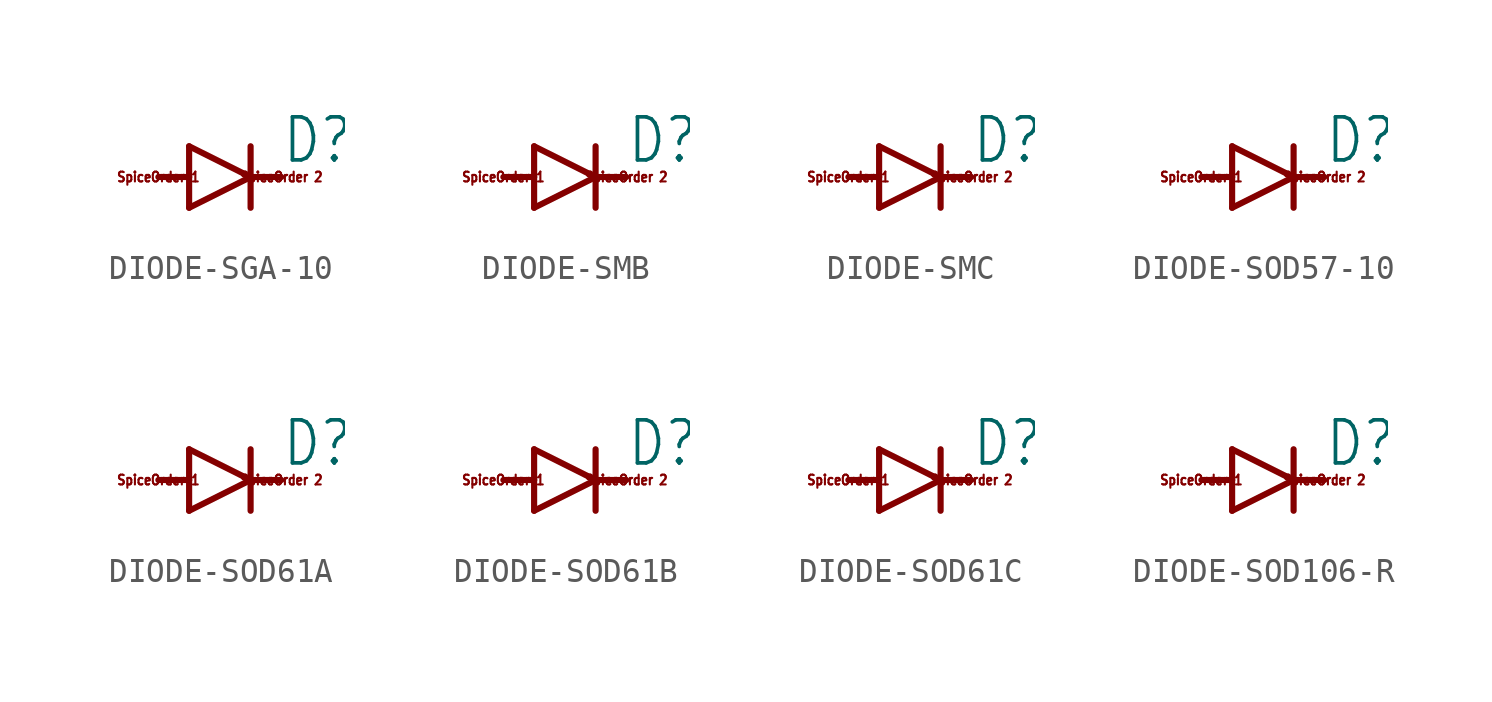
<source format=kicad_sym>
(kicad_symbol_lib
  (version 20220914)
  (generator kicad_symbol_editor)
  (symbol "DIODE-SGA-10"
    (property "Reference" "D"
      (at 2.54 0.483 0)
      (effects (font (size 1.778 1.511)) (justify left bottom)))
    (property "Value" ""
      (at 2.54 -2.311 0)
      (effects (font (size 1.778 1.511)) (justify left bottom)))
    (property "ki_locked" ""
      (at 0 0 0)
      (effects (font (size 1.27 1.27))))
    (symbol "DIODE-SGA-10_1_0"
      (polyline (pts (xy -1.27 -1.27) (xy 1.27 0)) (stroke (width 0.254) (type solid)) (fill (type none)))
      (polyline (pts (xy -1.27 0) (xy -2.54 0)) (stroke (width 0.254) (type solid)) (fill (type none)))
      (polyline (pts (xy -1.27 0) (xy -1.27 -1.27)) (stroke (width 0.254) (type solid)) (fill (type none)))
      (polyline (pts (xy -1.27 1.27) (xy -1.27 0)) (stroke (width 0.254) (type solid)) (fill (type none)))
      (polyline (pts (xy 1.27 0) (xy -1.27 1.27)) (stroke (width 0.254) (type solid)) (fill (type none)))
      (polyline (pts (xy 1.27 0) (xy 1.27 -1.27)) (stroke (width 0.254) (type solid)) (fill (type none)))
      (polyline (pts (xy 1.27 1.27) (xy 1.27 0)) (stroke (width 0.254) (type solid)) (fill (type none)))
      (polyline (pts (xy 2.54 0) (xy 1.27 0)) (stroke (width 0.254) (type solid)) (fill (type none)))
      (text "SpiceOrder 1" (at -2.54 0 0) (effects (font (size 0.406 0.345))))
      (text "SpiceOrder 2" (at 2.54 0 0) (effects (font (size 0.406 0.345))))
      (pin passive line (at -2.54 0 0) (length 0) (name "A" (effects (font (size 0 0)))) (number "A" (effects (font (size 0 0)))))
      (pin passive line (at 2.54 0 180) (length 0) (name "C" (effects (font (size 0 0)))) (number "C" (effects (font (size 0 0)))))))
  (symbol "DIODE-SMB"
    (property "Reference" "D"
      (at 2.54 0.483 0)
      (effects (font (size 1.778 1.511)) (justify left bottom)))
    (property "Value" ""
      (at 2.54 -2.311 0)
      (effects (font (size 1.778 1.511)) (justify left bottom)))
    (property "ki_locked" ""
      (at 0 0 0)
      (effects (font (size 1.27 1.27))))
    (symbol "DIODE-SMB_1_0"
      (polyline (pts (xy -1.27 -1.27) (xy 1.27 0)) (stroke (width 0.254) (type solid)) (fill (type none)))
      (polyline (pts (xy -1.27 0) (xy -2.54 0)) (stroke (width 0.254) (type solid)) (fill (type none)))
      (polyline (pts (xy -1.27 0) (xy -1.27 -1.27)) (stroke (width 0.254) (type solid)) (fill (type none)))
      (polyline (pts (xy -1.27 1.27) (xy -1.27 0)) (stroke (width 0.254) (type solid)) (fill (type none)))
      (polyline (pts (xy 1.27 0) (xy -1.27 1.27)) (stroke (width 0.254) (type solid)) (fill (type none)))
      (polyline (pts (xy 1.27 0) (xy 1.27 -1.27)) (stroke (width 0.254) (type solid)) (fill (type none)))
      (polyline (pts (xy 1.27 1.27) (xy 1.27 0)) (stroke (width 0.254) (type solid)) (fill (type none)))
      (polyline (pts (xy 2.54 0) (xy 1.27 0)) (stroke (width 0.254) (type solid)) (fill (type none)))
      (text "SpiceOrder 1" (at -2.54 0 0) (effects (font (size 0.406 0.345))))
      (text "SpiceOrder 2" (at 2.54 0 0) (effects (font (size 0.406 0.345))))
      (pin passive line (at -2.54 0 0) (length 0) (name "A" (effects (font (size 0 0)))) (number "A" (effects (font (size 0 0)))))
      (pin passive line (at 2.54 0 180) (length 0) (name "C" (effects (font (size 0 0)))) (number "C" (effects (font (size 0 0)))))))
  (symbol "DIODE-SMC"
    (property "Reference" "D"
      (at 2.54 0.483 0)
      (effects (font (size 1.778 1.511)) (justify left bottom)))
    (property "Value" ""
      (at 2.54 -2.311 0)
      (effects (font (size 1.778 1.511)) (justify left bottom)))
    (property "ki_locked" ""
      (at 0 0 0)
      (effects (font (size 1.27 1.27))))
    (symbol "DIODE-SMC_1_0"
      (polyline (pts (xy -1.27 -1.27) (xy 1.27 0)) (stroke (width 0.254) (type solid)) (fill (type none)))
      (polyline (pts (xy -1.27 0) (xy -2.54 0)) (stroke (width 0.254) (type solid)) (fill (type none)))
      (polyline (pts (xy -1.27 0) (xy -1.27 -1.27)) (stroke (width 0.254) (type solid)) (fill (type none)))
      (polyline (pts (xy -1.27 1.27) (xy -1.27 0)) (stroke (width 0.254) (type solid)) (fill (type none)))
      (polyline (pts (xy 1.27 0) (xy -1.27 1.27)) (stroke (width 0.254) (type solid)) (fill (type none)))
      (polyline (pts (xy 1.27 0) (xy 1.27 -1.27)) (stroke (width 0.254) (type solid)) (fill (type none)))
      (polyline (pts (xy 1.27 1.27) (xy 1.27 0)) (stroke (width 0.254) (type solid)) (fill (type none)))
      (polyline (pts (xy 2.54 0) (xy 1.27 0)) (stroke (width 0.254) (type solid)) (fill (type none)))
      (text "SpiceOrder 1" (at -2.54 0 0) (effects (font (size 0.406 0.345))))
      (text "SpiceOrder 2" (at 2.54 0 0) (effects (font (size 0.406 0.345))))
      (pin passive line (at -2.54 0 0) (length 0) (name "A" (effects (font (size 0 0)))) (number "A" (effects (font (size 0 0)))))
      (pin passive line (at 2.54 0 180) (length 0) (name "C" (effects (font (size 0 0)))) (number "C" (effects (font (size 0 0)))))))
  (symbol "DIODE-SOD57-10"
    (property "Reference" "D"
      (at 2.54 0.483 0)
      (effects (font (size 1.778 1.511)) (justify left bottom)))
    (property "Value" ""
      (at 2.54 -2.311 0)
      (effects (font (size 1.778 1.511)) (justify left bottom)))
    (property "ki_locked" ""
      (at 0 0 0)
      (effects (font (size 1.27 1.27))))
    (symbol "DIODE-SOD57-10_1_0"
      (polyline (pts (xy -1.27 -1.27) (xy 1.27 0)) (stroke (width 0.254) (type solid)) (fill (type none)))
      (polyline (pts (xy -1.27 0) (xy -2.54 0)) (stroke (width 0.254) (type solid)) (fill (type none)))
      (polyline (pts (xy -1.27 0) (xy -1.27 -1.27)) (stroke (width 0.254) (type solid)) (fill (type none)))
      (polyline (pts (xy -1.27 1.27) (xy -1.27 0)) (stroke (width 0.254) (type solid)) (fill (type none)))
      (polyline (pts (xy 1.27 0) (xy -1.27 1.27)) (stroke (width 0.254) (type solid)) (fill (type none)))
      (polyline (pts (xy 1.27 0) (xy 1.27 -1.27)) (stroke (width 0.254) (type solid)) (fill (type none)))
      (polyline (pts (xy 1.27 1.27) (xy 1.27 0)) (stroke (width 0.254) (type solid)) (fill (type none)))
      (polyline (pts (xy 2.54 0) (xy 1.27 0)) (stroke (width 0.254) (type solid)) (fill (type none)))
      (text "SpiceOrder 1" (at -2.54 0 0) (effects (font (size 0.406 0.345))))
      (text "SpiceOrder 2" (at 2.54 0 0) (effects (font (size 0.406 0.345))))
      (pin passive line (at -2.54 0 0) (length 0) (name "A" (effects (font (size 0 0)))) (number "A" (effects (font (size 0 0)))))
      (pin passive line (at 2.54 0 180) (length 0) (name "C" (effects (font (size 0 0)))) (number "C" (effects (font (size 0 0)))))))
  (symbol "DIODE-SOD61A"
    (property "Reference" "D"
      (at 2.54 0.483 0)
      (effects (font (size 1.778 1.511)) (justify left bottom)))
    (property "Value" ""
      (at 2.54 -2.311 0)
      (effects (font (size 1.778 1.511)) (justify left bottom)))
    (property "ki_locked" ""
      (at 0 0 0)
      (effects (font (size 1.27 1.27))))
    (symbol "DIODE-SOD61A_1_0"
      (polyline (pts (xy -1.27 -1.27) (xy 1.27 0)) (stroke (width 0.254) (type solid)) (fill (type none)))
      (polyline (pts (xy -1.27 0) (xy -2.54 0)) (stroke (width 0.254) (type solid)) (fill (type none)))
      (polyline (pts (xy -1.27 0) (xy -1.27 -1.27)) (stroke (width 0.254) (type solid)) (fill (type none)))
      (polyline (pts (xy -1.27 1.27) (xy -1.27 0)) (stroke (width 0.254) (type solid)) (fill (type none)))
      (polyline (pts (xy 1.27 0) (xy -1.27 1.27)) (stroke (width 0.254) (type solid)) (fill (type none)))
      (polyline (pts (xy 1.27 0) (xy 1.27 -1.27)) (stroke (width 0.254) (type solid)) (fill (type none)))
      (polyline (pts (xy 1.27 1.27) (xy 1.27 0)) (stroke (width 0.254) (type solid)) (fill (type none)))
      (polyline (pts (xy 2.54 0) (xy 1.27 0)) (stroke (width 0.254) (type solid)) (fill (type none)))
      (text "SpiceOrder 1" (at -2.54 0 0) (effects (font (size 0.406 0.345))))
      (text "SpiceOrder 2" (at 2.54 0 0) (effects (font (size 0.406 0.345))))
      (pin passive line (at -2.54 0 0) (length 0) (name "A" (effects (font (size 0 0)))) (number "A" (effects (font (size 0 0)))))
      (pin passive line (at 2.54 0 180) (length 0) (name "C" (effects (font (size 0 0)))) (number "C" (effects (font (size 0 0)))))))
  (symbol "DIODE-SOD61B"
    (property "Reference" "D"
      (at 2.54 0.483 0)
      (effects (font (size 1.778 1.511)) (justify left bottom)))
    (property "Value" ""
      (at 2.54 -2.311 0)
      (effects (font (size 1.778 1.511)) (justify left bottom)))
    (property "ki_locked" ""
      (at 0 0 0)
      (effects (font (size 1.27 1.27))))
    (symbol "DIODE-SOD61B_1_0"
      (polyline (pts (xy -1.27 -1.27) (xy 1.27 0)) (stroke (width 0.254) (type solid)) (fill (type none)))
      (polyline (pts (xy -1.27 0) (xy -2.54 0)) (stroke (width 0.254) (type solid)) (fill (type none)))
      (polyline (pts (xy -1.27 0) (xy -1.27 -1.27)) (stroke (width 0.254) (type solid)) (fill (type none)))
      (polyline (pts (xy -1.27 1.27) (xy -1.27 0)) (stroke (width 0.254) (type solid)) (fill (type none)))
      (polyline (pts (xy 1.27 0) (xy -1.27 1.27)) (stroke (width 0.254) (type solid)) (fill (type none)))
      (polyline (pts (xy 1.27 0) (xy 1.27 -1.27)) (stroke (width 0.254) (type solid)) (fill (type none)))
      (polyline (pts (xy 1.27 1.27) (xy 1.27 0)) (stroke (width 0.254) (type solid)) (fill (type none)))
      (polyline (pts (xy 2.54 0) (xy 1.27 0)) (stroke (width 0.254) (type solid)) (fill (type none)))
      (text "SpiceOrder 1" (at -2.54 0 0) (effects (font (size 0.406 0.345))))
      (text "SpiceOrder 2" (at 2.54 0 0) (effects (font (size 0.406 0.345))))
      (pin passive line (at -2.54 0 0) (length 0) (name "A" (effects (font (size 0 0)))) (number "A" (effects (font (size 0 0)))))
      (pin passive line (at 2.54 0 180) (length 0) (name "C" (effects (font (size 0 0)))) (number "C" (effects (font (size 0 0)))))))
  (symbol "DIODE-SOD61C"
    (property "Reference" "D"
      (at 2.54 0.483 0)
      (effects (font (size 1.778 1.511)) (justify left bottom)))
    (property "Value" ""
      (at 2.54 -2.311 0)
      (effects (font (size 1.778 1.511)) (justify left bottom)))
    (property "ki_locked" ""
      (at 0 0 0)
      (effects (font (size 1.27 1.27))))
    (symbol "DIODE-SOD61C_1_0"
      (polyline (pts (xy -1.27 -1.27) (xy 1.27 0)) (stroke (width 0.254) (type solid)) (fill (type none)))
      (polyline (pts (xy -1.27 0) (xy -2.54 0)) (stroke (width 0.254) (type solid)) (fill (type none)))
      (polyline (pts (xy -1.27 0) (xy -1.27 -1.27)) (stroke (width 0.254) (type solid)) (fill (type none)))
      (polyline (pts (xy -1.27 1.27) (xy -1.27 0)) (stroke (width 0.254) (type solid)) (fill (type none)))
      (polyline (pts (xy 1.27 0) (xy -1.27 1.27)) (stroke (width 0.254) (type solid)) (fill (type none)))
      (polyline (pts (xy 1.27 0) (xy 1.27 -1.27)) (stroke (width 0.254) (type solid)) (fill (type none)))
      (polyline (pts (xy 1.27 1.27) (xy 1.27 0)) (stroke (width 0.254) (type solid)) (fill (type none)))
      (polyline (pts (xy 2.54 0) (xy 1.27 0)) (stroke (width 0.254) (type solid)) (fill (type none)))
      (text "SpiceOrder 1" (at -2.54 0 0) (effects (font (size 0.406 0.345))))
      (text "SpiceOrder 2" (at 2.54 0 0) (effects (font (size 0.406 0.345))))
      (pin passive line (at -2.54 0 0) (length 0) (name "A" (effects (font (size 0 0)))) (number "A" (effects (font (size 0 0)))))
      (pin passive line (at 2.54 0 180) (length 0) (name "C" (effects (font (size 0 0)))) (number "C" (effects (font (size 0 0)))))))
  (symbol "DIODE-SOD106-R"
    (property "Reference" "D"
      (at 2.54 0.483 0)
      (effects (font (size 1.778 1.511)) (justify left bottom)))
    (property "Value" ""
      (at 2.54 -2.311 0)
      (effects (font (size 1.778 1.511)) (justify left bottom)))
    (property "ki_locked" ""
      (at 0 0 0)
      (effects (font (size 1.27 1.27))))
    (symbol "DIODE-SOD106-R_1_0"
      (polyline (pts (xy -1.27 -1.27) (xy 1.27 0)) (stroke (width 0.254) (type solid)) (fill (type none)))
      (polyline (pts (xy -1.27 0) (xy -2.54 0)) (stroke (width 0.254) (type solid)) (fill (type none)))
      (polyline (pts (xy -1.27 0) (xy -1.27 -1.27)) (stroke (width 0.254) (type solid)) (fill (type none)))
      (polyline (pts (xy -1.27 1.27) (xy -1.27 0)) (stroke (width 0.254) (type solid)) (fill (type none)))
      (polyline (pts (xy 1.27 0) (xy -1.27 1.27)) (stroke (width 0.254) (type solid)) (fill (type none)))
      (polyline (pts (xy 1.27 0) (xy 1.27 -1.27)) (stroke (width 0.254) (type solid)) (fill (type none)))
      (polyline (pts (xy 1.27 1.27) (xy 1.27 0)) (stroke (width 0.254) (type solid)) (fill (type none)))
      (polyline (pts (xy 2.54 0) (xy 1.27 0)) (stroke (width 0.254) (type solid)) (fill (type none)))
      (text "SpiceOrder 1" (at -2.54 0 0) (effects (font (size 0.406 0.345))))
      (text "SpiceOrder 2" (at 2.54 0 0) (effects (font (size 0.406 0.345))))
      (pin passive line (at -2.54 0 0) (length 0) (name "A" (effects (font (size 0 0)))) (number "A" (effects (font (size 0 0)))))
      (pin passive line (at 2.54 0 180) (length 0) (name "C" (effects (font (size 0 0)))) (number "C" (effects (font (size 0 0))))))))
</source>
